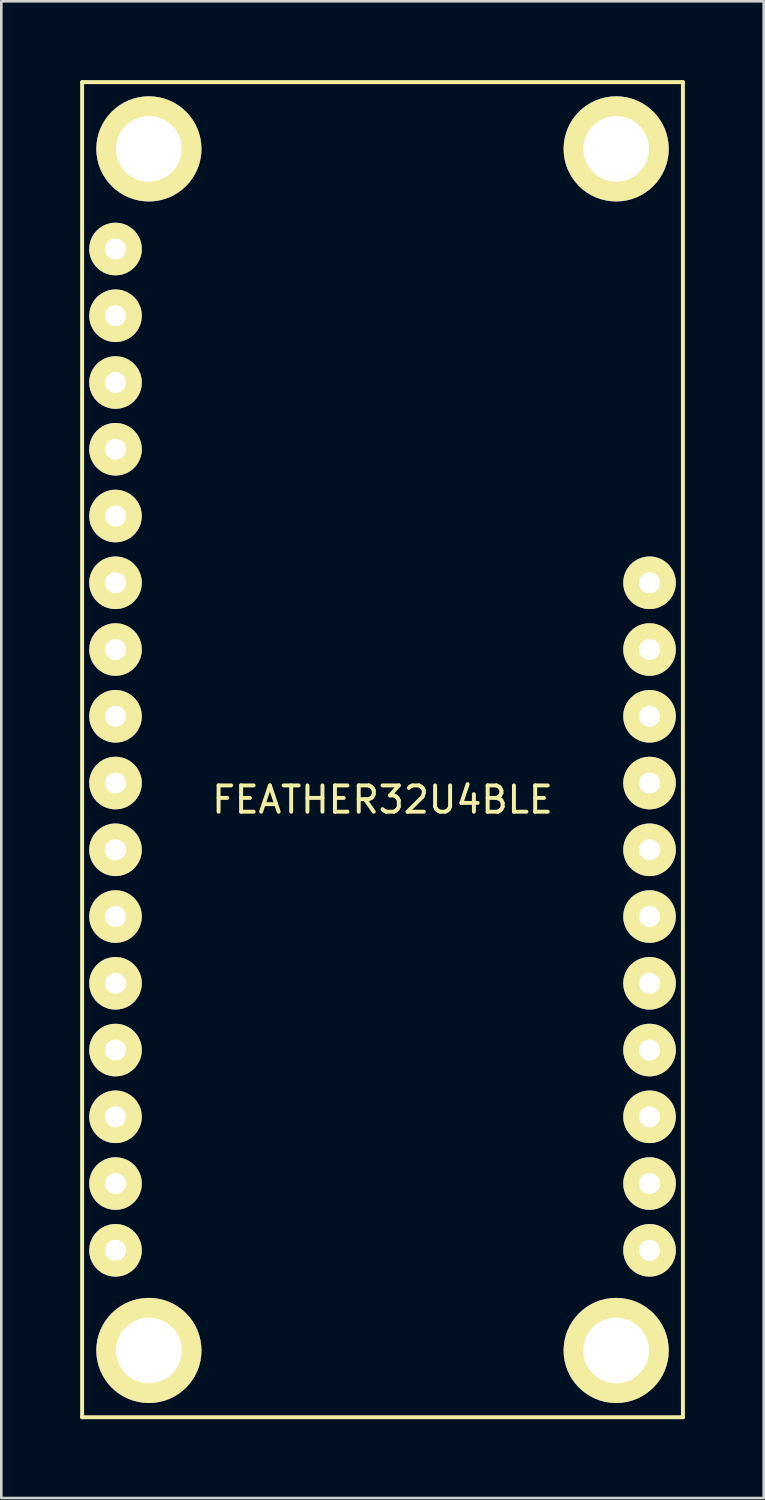
<source format=kicad_pcb>
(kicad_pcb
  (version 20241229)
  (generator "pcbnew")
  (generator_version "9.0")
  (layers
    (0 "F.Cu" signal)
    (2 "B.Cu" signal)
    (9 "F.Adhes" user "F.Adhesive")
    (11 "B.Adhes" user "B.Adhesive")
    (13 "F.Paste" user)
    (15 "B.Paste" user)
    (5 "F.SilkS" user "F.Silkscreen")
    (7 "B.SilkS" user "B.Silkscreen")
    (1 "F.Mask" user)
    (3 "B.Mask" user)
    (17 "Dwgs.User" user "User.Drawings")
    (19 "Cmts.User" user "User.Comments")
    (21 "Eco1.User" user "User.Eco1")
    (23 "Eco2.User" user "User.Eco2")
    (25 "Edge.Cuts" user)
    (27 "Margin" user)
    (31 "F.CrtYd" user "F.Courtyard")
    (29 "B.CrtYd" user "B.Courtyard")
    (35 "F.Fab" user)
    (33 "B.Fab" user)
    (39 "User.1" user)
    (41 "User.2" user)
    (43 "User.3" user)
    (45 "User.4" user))
  (footprint "FEATHER32U4BLE"
    (layer "F.Cu")
    (at 11.505 25.475)
    (property "Reference" "FEATHER32U4BLE" (at 0 1.905 0) (layer "F.SilkS") (effects (font (size 1 1) (thickness 0.15))))
    (attr through_hole)
    (fp_line (start -11.43 -25.4) (end -11.43 25.4) (stroke (width 0.15) (type solid)) (layer "F.SilkS"))
    (fp_line (start -11.43 -25.4) (end 11.43 -25.4) (stroke (width 0.15) (type solid)) (layer "F.SilkS"))
    (fp_line (start -11.43 25.4) (end 11.43 25.4) (stroke (width 0.15) (type solid)) (layer "F.SilkS"))
    (fp_line (start 11.43 -25.4) (end 11.43 25.4) (stroke (width 0.15) (type solid)) (layer "F.SilkS"))
    (pad "" thru_hole circle (at -8.89 -22.86) (size 4 4) (drill 2.5) (layers "*.Cu" "*.Mask" "F.SilkS"))
    (pad "" thru_hole circle (at -8.89 22.86) (size 4 4) (drill 2.5) (layers "*.Cu" "*.Mask" "F.SilkS"))
    (pad "" thru_hole circle (at 8.89 -22.86) (size 4 4) (drill 2.5) (layers "*.Cu" "*.Mask" "F.SilkS"))
    (pad "" thru_hole circle (at 8.89 22.86) (size 4 4) (drill 2.5) (layers "*.Cu" "*.Mask" "F.SilkS"))
    (pad "1" thru_hole circle (at -10.16 -19.05) (size 2 2) (drill 0.8) (layers "*.Cu" "*.Mask" "F.SilkS"))
    (pad "2" thru_hole circle (at -10.16 -16.51) (size 2 2) (drill 0.8) (layers "*.Cu" "*.Mask" "F.SilkS"))
    (pad "3" thru_hole circle (at -10.16 -13.97) (size 2 2) (drill 0.8) (layers "*.Cu" "*.Mask" "F.SilkS"))
    (pad "4" thru_hole circle (at -10.16 -11.43) (size 2 2) (drill 0.8) (layers "*.Cu" "*.Mask" "F.SilkS"))
    (pad "5" thru_hole circle (at -10.16 -8.89) (size 2 2) (drill 0.8) (layers "*.Cu" "*.Mask" "F.SilkS"))
    (pad "6" thru_hole circle (at -10.16 -6.35) (size 2 2) (drill 0.8) (layers "*.Cu" "*.Mask" "F.SilkS"))
    (pad "7" thru_hole circle (at -10.16 -3.81) (size 2 2) (drill 0.8) (layers "*.Cu" "*.Mask" "F.SilkS"))
    (pad "8" thru_hole circle (at -10.16 -1.27) (size 2 2) (drill 0.8) (layers "*.Cu" "*.Mask" "F.SilkS"))
    (pad "9" thru_hole circle (at -10.16 1.27) (size 2 2) (drill 0.8) (layers "*.Cu" "*.Mask" "F.SilkS"))
    (pad "10" thru_hole circle (at -10.16 3.81) (size 2 2) (drill 0.8) (layers "*.Cu" "*.Mask" "F.SilkS"))
    (pad "11" thru_hole circle (at -10.16 6.35) (size 2 2) (drill 0.8) (layers "*.Cu" "*.Mask" "F.SilkS"))
    (pad "12" thru_hole circle (at -10.16 8.89) (size 2 2) (drill 0.8) (layers "*.Cu" "*.Mask" "F.SilkS"))
    (pad "13" thru_hole circle (at -10.16 11.43) (size 2 2) (drill 0.8) (layers "*.Cu" "*.Mask" "F.SilkS"))
    (pad "14" thru_hole circle (at -10.16 13.97) (size 2 2) (drill 0.8) (layers "*.Cu" "*.Mask" "F.SilkS"))
    (pad "15" thru_hole circle (at -10.16 16.51) (size 2 2) (drill 0.8) (layers "*.Cu" "*.Mask" "F.SilkS"))
    (pad "16" thru_hole circle (at -10.16 19.05) (size 2 2) (drill 0.8) (layers "*.Cu" "*.Mask" "F.SilkS"))
    (pad "17" thru_hole circle (at 10.16 19.05) (size 2 2) (drill 0.8) (layers "*.Cu" "*.Mask" "F.SilkS"))
    (pad "18" thru_hole circle (at 10.16 16.51) (size 2 2) (drill 0.8) (layers "*.Cu" "*.Mask" "F.SilkS"))
    (pad "19" thru_hole circle (at 10.16 13.97) (size 2 2) (drill 0.8) (layers "*.Cu" "*.Mask" "F.SilkS"))
    (pad "20" thru_hole circle (at 10.16 11.43) (size 2 2) (drill 0.8) (layers "*.Cu" "*.Mask" "F.SilkS"))
    (pad "21" thru_hole circle (at 10.16 8.89) (size 2 2) (drill 0.8) (layers "*.Cu" "*.Mask" "F.SilkS"))
    (pad "22" thru_hole circle (at 10.16 6.35) (size 2 2) (drill 0.8) (layers "*.Cu" "*.Mask" "F.SilkS"))
    (pad "23" thru_hole circle (at 10.16 3.81) (size 2 2) (drill 0.8) (layers "*.Cu" "*.Mask" "F.SilkS"))
    (pad "24" thru_hole circle (at 10.16 1.27) (size 2 2) (drill 0.8) (layers "*.Cu" "*.Mask" "F.SilkS"))
    (pad "25" thru_hole circle (at 10.16 -1.27) (size 2 2) (drill 0.8) (layers "*.Cu" "*.Mask" "F.SilkS"))
    (pad "26" thru_hole circle (at 10.16 -3.81) (size 2 2) (drill 0.8) (layers "*.Cu" "*.Mask" "F.SilkS"))
    (pad "27" thru_hole circle (at 10.16 -6.35) (size 2 2) (drill 0.8) (layers "*.Cu" "*.Mask" "F.SilkS")))
  (gr_rect
    (start -3 -3)
    (end 26.01 53.95)
    (stroke (width 0.1) (type default))
    (fill no)
    (layer "Edge.Cuts")))
</source>
